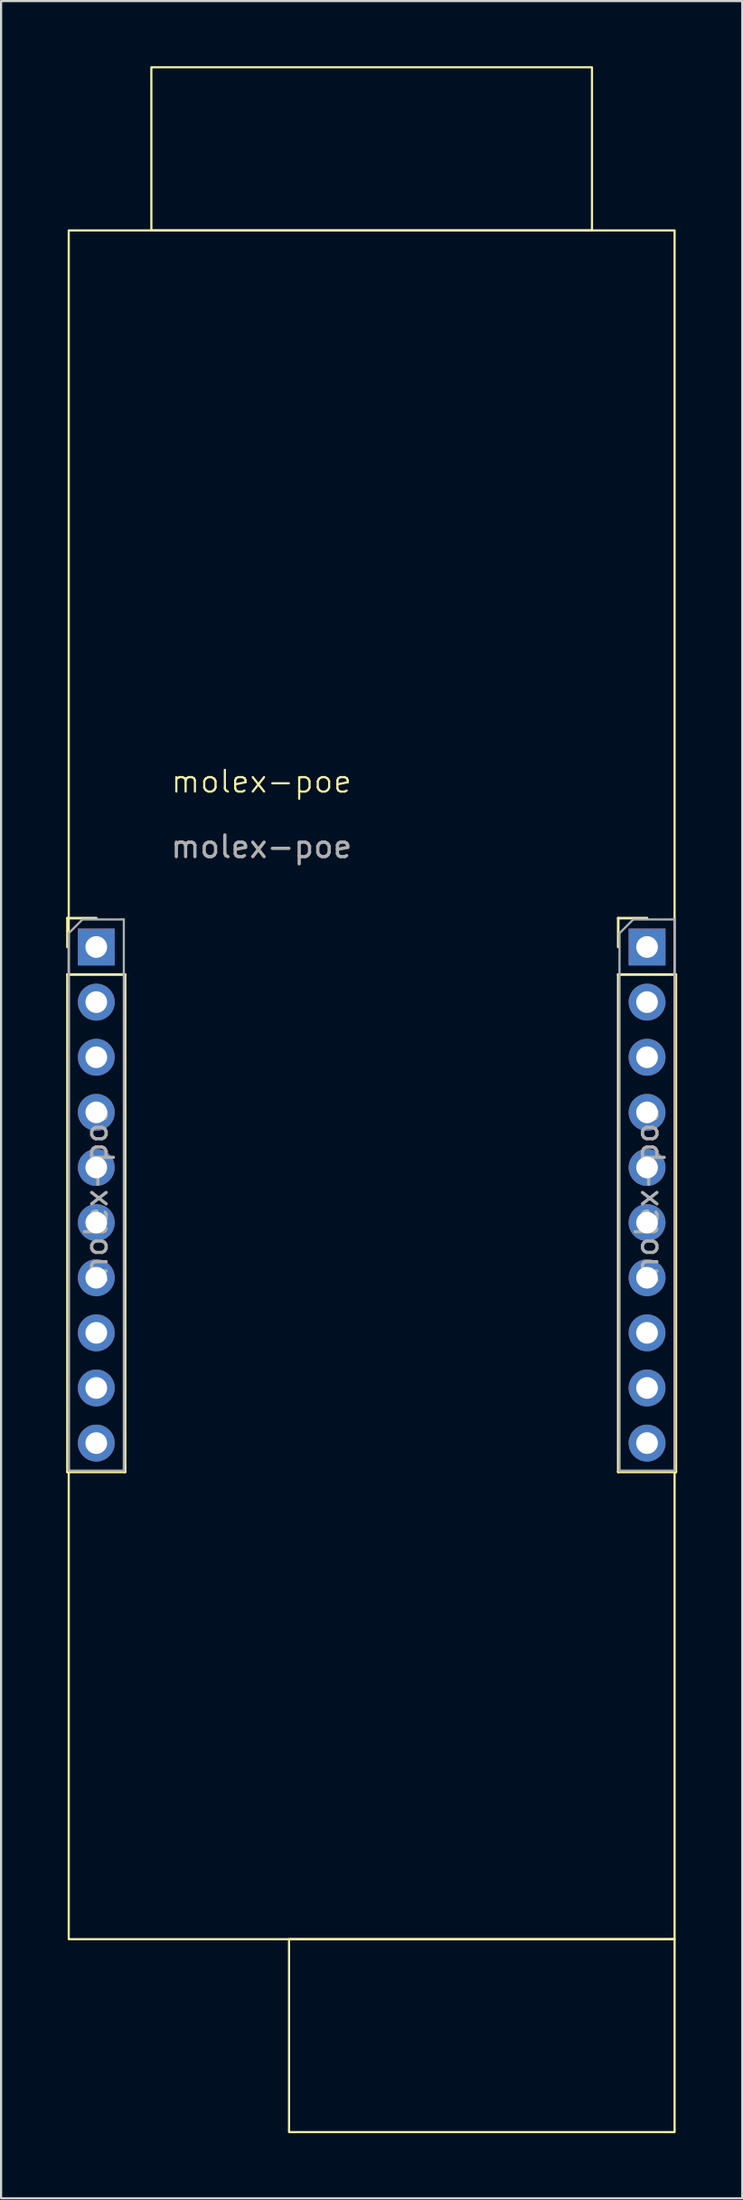
<source format=kicad_pcb>
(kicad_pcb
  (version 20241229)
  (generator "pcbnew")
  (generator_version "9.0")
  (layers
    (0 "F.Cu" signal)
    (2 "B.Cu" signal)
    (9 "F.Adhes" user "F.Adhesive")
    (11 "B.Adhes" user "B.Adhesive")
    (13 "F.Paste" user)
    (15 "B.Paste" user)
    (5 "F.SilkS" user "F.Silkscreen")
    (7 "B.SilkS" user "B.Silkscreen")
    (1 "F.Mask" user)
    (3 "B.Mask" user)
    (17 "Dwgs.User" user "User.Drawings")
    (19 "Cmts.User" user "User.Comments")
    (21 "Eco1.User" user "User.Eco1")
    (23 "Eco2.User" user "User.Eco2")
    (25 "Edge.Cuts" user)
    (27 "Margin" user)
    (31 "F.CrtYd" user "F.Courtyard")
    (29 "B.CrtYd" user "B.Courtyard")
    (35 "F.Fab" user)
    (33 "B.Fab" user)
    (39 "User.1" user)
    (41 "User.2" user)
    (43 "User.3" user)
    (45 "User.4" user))
  (footprint "molex-poe"
    (layer "F.Cu")
    (at 14.09 50.748)
    (property "Reference" "molex-poe" (at -5.08 -17.78 0) (unlocked yes) (layer "F.SilkS") (effects (font (size 1 1) (thickness 0.1))))
    (attr through_hole)
    (fp_line (start -14.03 -11.49) (end -12.7 -11.49) (stroke (width 0.12) (type solid)) (layer "F.SilkS"))
    (fp_line (start -14.03 -10.16) (end -14.03 -11.49) (stroke (width 0.12) (type solid)) (layer "F.SilkS"))
    (fp_line (start -14.03 -8.89) (end -14.03 14.03) (stroke (width 0.12) (type solid)) (layer "F.SilkS"))
    (fp_line (start -14.03 -8.89) (end -11.37 -8.89) (stroke (width 0.12) (type solid)) (layer "F.SilkS"))
    (fp_line (start -14.03 14.03) (end -11.37 14.03) (stroke (width 0.12) (type solid)) (layer "F.SilkS"))
    (fp_line (start -11.37 -8.89) (end -11.37 14.03) (stroke (width 0.12) (type solid)) (layer "F.SilkS"))
    (fp_line (start 11.37 -11.49) (end 12.7 -11.49) (stroke (width 0.12) (type solid)) (layer "F.SilkS"))
    (fp_line (start 11.37 -10.16) (end 11.37 -11.49) (stroke (width 0.12) (type solid)) (layer "F.SilkS"))
    (fp_line (start 11.37 -8.89) (end 11.37 14.03) (stroke (width 0.12) (type solid)) (layer "F.SilkS"))
    (fp_line (start 11.37 -8.89) (end 14.03 -8.89) (stroke (width 0.12) (type solid)) (layer "F.SilkS"))
    (fp_line (start 11.37 14.03) (end 14.03 14.03) (stroke (width 0.12) (type solid)) (layer "F.SilkS"))
    (fp_line (start 14.03 -8.89) (end 14.03 14.03) (stroke (width 0.12) (type solid)) (layer "F.SilkS"))
    (fp_rect (start -13.97 -43.18) (end 13.97 35.56) (stroke (width 0.1) (type default)) (fill no) (layer "F.SilkS"))
    (fp_rect (start -10.16 -50.698) (end 10.16 -43.18) (stroke (width 0.1) (type default)) (fill no) (layer "F.SilkS"))
    (fp_rect (start -3.81 35.56) (end 13.97 44.45) (stroke (width 0.1) (type default)) (fill no) (layer "F.SilkS"))
    (fp_line (start -13.97 -10.795) (end -13.335 -11.43) (stroke (width 0.1) (type solid)) (layer "F.Fab"))
    (fp_line (start -13.97 13.97) (end -13.97 -10.795) (stroke (width 0.1) (type solid)) (layer "F.Fab"))
    (fp_line (start -13.335 -11.43) (end -11.43 -11.43) (stroke (width 0.1) (type solid)) (layer "F.Fab"))
    (fp_line (start -11.43 -11.43) (end -11.43 13.97) (stroke (width 0.1) (type solid)) (layer "F.Fab"))
    (fp_line (start -11.43 13.97) (end -13.97 13.97) (stroke (width 0.1) (type solid)) (layer "F.Fab"))
    (fp_line (start 11.43 -10.795) (end 12.065 -11.43) (stroke (width 0.1) (type solid)) (layer "F.Fab"))
    (fp_line (start 11.43 13.97) (end 11.43 -10.795) (stroke (width 0.1) (type solid)) (layer "F.Fab"))
    (fp_line (start 12.065 -11.43) (end 13.97 -11.43) (stroke (width 0.1) (type solid)) (layer "F.Fab"))
    (fp_line (start 13.97 -11.43) (end 13.97 13.97) (stroke (width 0.1) (type solid)) (layer "F.Fab"))
    (fp_line (start 13.97 13.97) (end 11.43 13.97) (stroke (width 0.1) (type solid)) (layer "F.Fab"))
    (fp_text user "${REFERENCE}" (at 12.7 1.27 90) (layer "F.Fab") (effects (font (size 1 1) (thickness 0.15))))
    (fp_text user "${REFERENCE}" (at -5.08 -14.78 0) (unlocked yes) (layer "F.Fab") (effects (font (size 1 1) (thickness 0.15))))
    (fp_text user "${REFERENCE}" (at -12.7 1.27 90) (layer "F.Fab") (effects (font (size 1 1) (thickness 0.15))))
    (pad "1" thru_hole rect (at -12.7 -10.16) (size 1.7 1.7) (drill 1) (layers "*.Cu" "*.Mask"))
    (pad "2" thru_hole oval (at -12.7 -7.62) (size 1.7 1.7) (drill 1) (layers "*.Cu" "*.Mask"))
    (pad "3" thru_hole oval (at -12.7 -5.08) (size 1.7 1.7) (drill 1) (layers "*.Cu" "*.Mask"))
    (pad "4" thru_hole oval (at -12.7 -2.54) (size 1.7 1.7) (drill 1) (layers "*.Cu" "*.Mask"))
    (pad "5" thru_hole oval (at -12.7 0) (size 1.7 1.7) (drill 1) (layers "*.Cu" "*.Mask"))
    (pad "6" thru_hole oval (at -12.7 2.54) (size 1.7 1.7) (drill 1) (layers "*.Cu" "*.Mask"))
    (pad "7" thru_hole oval (at -12.7 5.08) (size 1.7 1.7) (drill 1) (layers "*.Cu" "*.Mask"))
    (pad "8" thru_hole oval (at -12.7 7.62) (size 1.7 1.7) (drill 1) (layers "*.Cu" "*.Mask"))
    (pad "9" thru_hole oval (at -12.7 10.16) (size 1.7 1.7) (drill 1) (layers "*.Cu" "*.Mask"))
    (pad "10" thru_hole oval (at -12.7 12.7) (size 1.7 1.7) (drill 1) (layers "*.Cu" "*.Mask"))
    (pad "11" thru_hole rect (at 12.7 -10.16) (size 1.7 1.7) (drill 1) (layers "*.Cu" "*.Mask"))
    (pad "12" thru_hole oval (at 12.7 -7.62) (size 1.7 1.7) (drill 1) (layers "*.Cu" "*.Mask"))
    (pad "13" thru_hole oval (at 12.7 -5.08) (size 1.7 1.7) (drill 1) (layers "*.Cu" "*.Mask"))
    (pad "14" thru_hole oval (at 12.7 -2.54) (size 1.7 1.7) (drill 1) (layers "*.Cu" "*.Mask"))
    (pad "15" thru_hole oval (at 12.7 0) (size 1.7 1.7) (drill 1) (layers "*.Cu" "*.Mask"))
    (pad "16" thru_hole oval (at 12.7 2.54) (size 1.7 1.7) (drill 1) (layers "*.Cu" "*.Mask"))
    (pad "17" thru_hole oval (at 12.7 5.08) (size 1.7 1.7) (drill 1) (layers "*.Cu" "*.Mask"))
    (pad "18" thru_hole oval (at 12.7 7.62) (size 1.7 1.7) (drill 1) (layers "*.Cu" "*.Mask"))
    (pad "19" thru_hole oval (at 12.7 10.16) (size 1.7 1.7) (drill 1) (layers "*.Cu" "*.Mask"))
    (pad "20" thru_hole oval (at 12.7 12.7) (size 1.7 1.7) (drill 1) (layers "*.Cu" "*.Mask")))
  (gr_rect
    (start -3 -3)
    (end 31.18 98.248)
    (stroke (width 0.1) (type default))
    (fill no)
    (layer "Edge.Cuts")))
</source>
